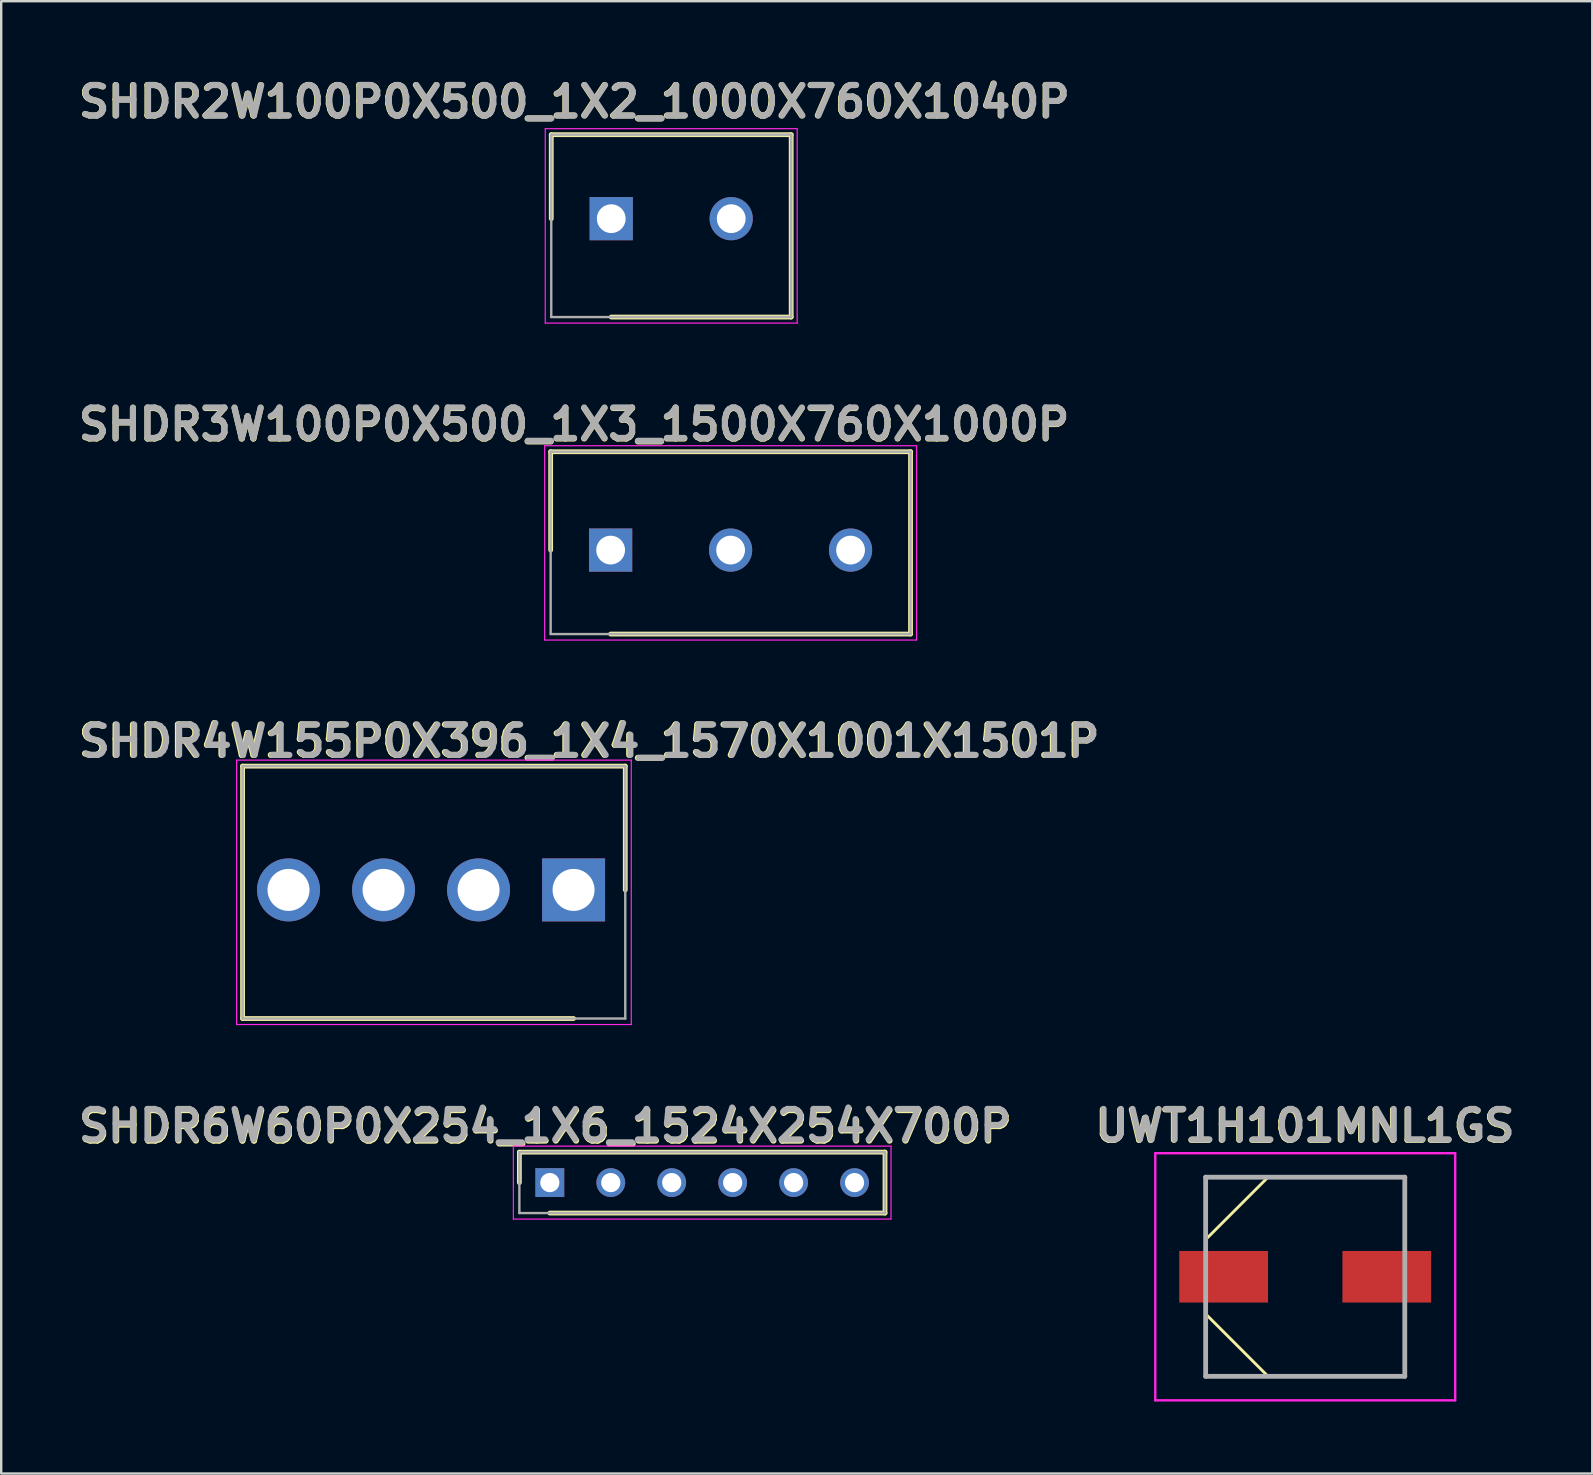
<source format=kicad_pcb>
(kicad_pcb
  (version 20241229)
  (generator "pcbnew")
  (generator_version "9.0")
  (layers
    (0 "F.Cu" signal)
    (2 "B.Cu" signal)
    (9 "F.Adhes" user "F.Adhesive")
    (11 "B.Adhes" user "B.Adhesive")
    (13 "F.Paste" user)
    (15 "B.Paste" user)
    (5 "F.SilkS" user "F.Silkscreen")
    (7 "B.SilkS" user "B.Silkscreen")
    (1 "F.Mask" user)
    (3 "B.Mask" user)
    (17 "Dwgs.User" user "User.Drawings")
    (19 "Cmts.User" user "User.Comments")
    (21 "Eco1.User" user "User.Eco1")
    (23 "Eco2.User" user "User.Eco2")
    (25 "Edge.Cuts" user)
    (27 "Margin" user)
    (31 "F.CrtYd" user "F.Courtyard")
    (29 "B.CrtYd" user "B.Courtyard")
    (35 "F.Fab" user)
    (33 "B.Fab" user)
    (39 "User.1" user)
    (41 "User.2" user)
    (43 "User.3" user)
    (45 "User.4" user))
  (footprint "UWT1H101MNL1GS"
    (layer "F.Cu")
    (at 51.351 50.165)
    (property "Reference" "UWT1H101MNL1GS" (at -0.03 -6.28 0) (layer "F.SilkS") (effects (font (size 1.27 1.27) (thickness 0.254))))
    (attr smd)
    (fp_line (start -4.15 -4.15) (end 4.15 -4.15) (stroke (width 0.1) (type solid)) (layer "F.SilkS"))
    (fp_line (start -4.15 -1.5) (end -4.15 -4.15) (stroke (width 0.1) (type solid)) (layer "F.SilkS"))
    (fp_line (start -4.15 1.5) (end -4.15 4.15) (stroke (width 0.1) (type solid)) (layer "F.SilkS"))
    (fp_line (start -4.15 4.15) (end 4.15 4.15) (stroke (width 0.1) (type solid)) (layer "F.SilkS"))
    (fp_line (start -4.1 -1.6) (end -1.6 -4.1) (stroke (width 0.12) (type solid)) (layer "F.SilkS"))
    (fp_line (start -4.1 1.6) (end -1.6 4.1) (stroke (width 0.12) (type solid)) (layer "F.SilkS"))
    (fp_line (start 4.15 -4.15) (end 4.15 -1.5) (stroke (width 0.1) (type solid)) (layer "F.SilkS"))
    (fp_line (start 4.15 4.15) (end 4.15 1.5) (stroke (width 0.1) (type solid)) (layer "F.SilkS"))
    (fp_line (start -6.25 -5.15) (end 6.25 -5.15) (stroke (width 0.1) (type solid)) (layer "F.CrtYd"))
    (fp_line (start -6.25 5.15) (end -6.25 -5.15) (stroke (width 0.1) (type solid)) (layer "F.CrtYd"))
    (fp_line (start 6.25 -5.15) (end 6.25 5.15) (stroke (width 0.1) (type solid)) (layer "F.CrtYd"))
    (fp_line (start 6.25 5.15) (end -6.25 5.15) (stroke (width 0.1) (type solid)) (layer "F.CrtYd"))
    (fp_line (start -4.15 -4.15) (end 4.15 -4.15) (stroke (width 0.2) (type solid)) (layer "F.Fab"))
    (fp_line (start -4.15 4.15) (end -4.15 -4.15) (stroke (width 0.2) (type solid)) (layer "F.Fab"))
    (fp_line (start 4.15 -4.15) (end 4.15 4.15) (stroke (width 0.2) (type solid)) (layer "F.Fab"))
    (fp_line (start 4.15 4.15) (end -4.15 4.15) (stroke (width 0.2) (type solid)) (layer "F.Fab"))
    (fp_text user "${REFERENCE}" (at 0 -6.3 0) (layer "F.Fab") (effects (font (size 1.27 1.27) (thickness 0.254))))
    (pad "1" smd rect (at -3.4 0 90) (size 2.15 3.7) (layers "F.Cu" "F.Mask" "F.Paste"))
    (pad "2" smd rect (at 3.4 0 90) (size 2.15 3.7) (layers "F.Cu" "F.Mask" "F.Paste")))
  (footprint "SHDR3W100P0X500_1X3_1500X760X1000P"
    (layer "F.Cu")
    (at 22.401 19.877)
    (property "Reference" "SHDR3W100P0X500_1X3_1500X760X1000P" (at -1.525 -5.225 0) (layer "F.SilkS") (effects (font (size 1.27 1.27) (thickness 0.254))))
    (attr through_hole)
    (fp_line (start -2.5 -4.1) (end -2.5 0) (stroke (width 0.2) (type solid)) (layer "F.SilkS"))
    (fp_line (start 0 3.5) (end 12.5 3.5) (stroke (width 0.2) (type solid)) (layer "F.SilkS"))
    (fp_line (start 12.5 -4.1) (end -2.5 -4.1) (stroke (width 0.2) (type solid)) (layer "F.SilkS"))
    (fp_line (start 12.5 3.5) (end 12.5 -4.1) (stroke (width 0.2) (type solid)) (layer "F.SilkS"))
    (fp_line (start -2.75 -4.35) (end 12.75 -4.35) (stroke (width 0.05) (type solid)) (layer "F.CrtYd"))
    (fp_line (start -2.75 3.75) (end -2.75 -4.35) (stroke (width 0.05) (type solid)) (layer "F.CrtYd"))
    (fp_line (start 12.75 -4.35) (end 12.75 3.75) (stroke (width 0.05) (type solid)) (layer "F.CrtYd"))
    (fp_line (start 12.75 3.75) (end -2.75 3.75) (stroke (width 0.05) (type solid)) (layer "F.CrtYd"))
    (fp_line (start -2.5 -4.1) (end 12.5 -4.1) (stroke (width 0.1) (type solid)) (layer "F.Fab"))
    (fp_line (start -2.5 3.5) (end -2.5 -4.1) (stroke (width 0.1) (type solid)) (layer "F.Fab"))
    (fp_line (start 12.5 -4.1) (end 12.5 3.5) (stroke (width 0.1) (type solid)) (layer "F.Fab"))
    (fp_line (start 12.5 3.5) (end -2.5 3.5) (stroke (width 0.1) (type solid)) (layer "F.Fab"))
    (fp_text user "${REFERENCE}" (at -1.525 -5.25 0) (layer "F.Fab") (effects (font (size 1.27 1.27) (thickness 0.254))))
    (pad "1" thru_hole rect (at 0 0) (size 1.8 1.8) (drill 1.2) (layers "*.Cu" "*.Mask"))
    (pad "2" thru_hole circle (at 5 0) (size 1.8 1.8) (drill 1.2) (layers "*.Cu" "*.Mask"))
    (pad "3" thru_hole circle (at 10 0) (size 1.8 1.8) (drill 1.2) (layers "*.Cu" "*.Mask")))
  (footprint "SHDR4W155P0X396_1X4_1570X1001X1501P"
    (layer "F.Cu")
    (at 20.856 34.041)
    (property "Reference" "SHDR4W155P0X396_1X4_1570X1001X1501P" (at 0.625 -6.2 0) (layer "F.SilkS") (effects (font (size 1.27 1.27) (thickness 0.254))))
    (attr through_hole)
    (fp_line (start -13.795 -5.16) (end 2.155 -5.16) (stroke (width 0.2) (type solid)) (layer "F.SilkS"))
    (fp_line (start -13.795 5.36) (end -13.795 -5.16) (stroke (width 0.2) (type solid)) (layer "F.SilkS"))
    (fp_line (start 0 5.36) (end -13.795 5.36) (stroke (width 0.2) (type solid)) (layer "F.SilkS"))
    (fp_line (start 2.155 -5.16) (end 2.155 0) (stroke (width 0.2) (type solid)) (layer "F.SilkS"))
    (fp_line (start -14.045 -5.41) (end 2.405 -5.41) (stroke (width 0.05) (type solid)) (layer "F.CrtYd"))
    (fp_line (start -14.045 5.61) (end -14.045 -5.41) (stroke (width 0.05) (type solid)) (layer "F.CrtYd"))
    (fp_line (start 2.405 -5.41) (end 2.405 5.61) (stroke (width 0.05) (type solid)) (layer "F.CrtYd"))
    (fp_line (start 2.405 5.61) (end -14.045 5.61) (stroke (width 0.05) (type solid)) (layer "F.CrtYd"))
    (fp_line (start -13.795 -5.16) (end 2.155 -5.16) (stroke (width 0.1) (type solid)) (layer "F.Fab"))
    (fp_line (start -13.795 5.36) (end -13.795 -5.16) (stroke (width 0.1) (type solid)) (layer "F.Fab"))
    (fp_line (start 2.155 -5.16) (end 2.155 5.36) (stroke (width 0.1) (type solid)) (layer "F.Fab"))
    (fp_line (start 2.155 5.36) (end -13.795 5.36) (stroke (width 0.1) (type solid)) (layer "F.Fab"))
    (fp_text user "${REFERENCE}" (at 0.675 -6.2 0) (layer "F.Fab") (effects (font (size 1.27 1.27) (thickness 0.254))))
    (pad "1" thru_hole rect (at 0 0) (size 2.625 2.625) (drill 1.75) (layers "*.Cu" "*.Mask"))
    (pad "2" thru_hole circle (at -3.96 0) (size 2.625 2.625) (drill 1.75) (layers "*.Cu" "*.Mask"))
    (pad "3" thru_hole circle (at -7.92 0) (size 2.625 2.625) (drill 1.75) (layers "*.Cu" "*.Mask"))
    (pad "4" thru_hole circle (at -11.88 0) (size 2.625 2.625) (drill 1.75) (layers "*.Cu" "*.Mask")))
  (footprint "SHDR6W60P0X254_1X6_1524X254X700P"
    (layer "F.Cu")
    (at 19.867 46.24)
    (property "Reference" "SHDR6W60P0X254_1X6_1524X254X700P" (at -0.175 -2.325 0) (layer "F.SilkS") (effects (font (size 1.27 1.27) (thickness 0.254))))
    (attr through_hole)
    (fp_line (start -1.27 -1.27) (end -1.27 0) (stroke (width 0.2) (type solid)) (layer "F.SilkS"))
    (fp_line (start 0 1.27) (end 13.97 1.27) (stroke (width 0.2) (type solid)) (layer "F.SilkS"))
    (fp_line (start 13.97 -1.27) (end -1.27 -1.27) (stroke (width 0.2) (type solid)) (layer "F.SilkS"))
    (fp_line (start 13.97 1.27) (end 13.97 -1.27) (stroke (width 0.2) (type solid)) (layer "F.SilkS"))
    (fp_line (start -1.52 -1.52) (end 14.22 -1.52) (stroke (width 0.05) (type solid)) (layer "F.CrtYd"))
    (fp_line (start -1.52 1.52) (end -1.52 -1.52) (stroke (width 0.05) (type solid)) (layer "F.CrtYd"))
    (fp_line (start 14.22 -1.52) (end 14.22 1.52) (stroke (width 0.05) (type solid)) (layer "F.CrtYd"))
    (fp_line (start 14.22 1.52) (end -1.52 1.52) (stroke (width 0.05) (type solid)) (layer "F.CrtYd"))
    (fp_line (start -1.27 -1.27) (end 13.97 -1.27) (stroke (width 0.1) (type solid)) (layer "F.Fab"))
    (fp_line (start -1.27 1.27) (end -1.27 -1.27) (stroke (width 0.1) (type solid)) (layer "F.Fab"))
    (fp_line (start 13.97 -1.27) (end 13.97 1.27) (stroke (width 0.1) (type solid)) (layer "F.Fab"))
    (fp_line (start 13.97 1.27) (end -1.27 1.27) (stroke (width 0.1) (type solid)) (layer "F.Fab"))
    (fp_text user "${REFERENCE}" (at -0.2 -2.375 0) (layer "F.Fab") (effects (font (size 1.27 1.27) (thickness 0.254))))
    (pad "1" thru_hole rect (at 0 0) (size 1.2 1.2) (drill 0.8) (layers "*.Cu" "*.Mask"))
    (pad "2" thru_hole circle (at 2.54 0) (size 1.2 1.2) (drill 0.8) (layers "*.Cu" "*.Mask"))
    (pad "3" thru_hole circle (at 5.08 0) (size 1.2 1.2) (drill 0.8) (layers "*.Cu" "*.Mask"))
    (pad "4" thru_hole circle (at 7.62 0) (size 1.2 1.2) (drill 0.8) (layers "*.Cu" "*.Mask"))
    (pad "5" thru_hole circle (at 10.16 0) (size 1.2 1.2) (drill 0.8) (layers "*.Cu" "*.Mask"))
    (pad "6" thru_hole circle (at 12.7 0) (size 1.2 1.2) (drill 0.8) (layers "*.Cu" "*.Mask")))
  (footprint "SHDR2W100P0X500_1X2_1000X760X1040P"
    (layer "F.Cu")
    (at 22.426 6.064)
    (property "Reference" "SHDR2W100P0X500_1X2_1000X760X1040P" (at -1.55 -4.875 0) (layer "F.SilkS") (effects (font (size 1.27 1.27) (thickness 0.254))))
    (attr through_hole)
    (fp_line (start -2.5 -3.5) (end -2.5 0) (stroke (width 0.2) (type solid)) (layer "F.SilkS"))
    (fp_line (start 0 4.1) (end 7.5 4.1) (stroke (width 0.2) (type solid)) (layer "F.SilkS"))
    (fp_line (start 7.5 -3.5) (end -2.5 -3.5) (stroke (width 0.2) (type solid)) (layer "F.SilkS"))
    (fp_line (start 7.5 4.1) (end 7.5 -3.5) (stroke (width 0.2) (type solid)) (layer "F.SilkS"))
    (fp_line (start -2.75 -3.75) (end 7.75 -3.75) (stroke (width 0.05) (type solid)) (layer "F.CrtYd"))
    (fp_line (start -2.75 4.35) (end -2.75 -3.75) (stroke (width 0.05) (type solid)) (layer "F.CrtYd"))
    (fp_line (start 7.75 -3.75) (end 7.75 4.35) (stroke (width 0.05) (type solid)) (layer "F.CrtYd"))
    (fp_line (start 7.75 4.35) (end -2.75 4.35) (stroke (width 0.05) (type solid)) (layer "F.CrtYd"))
    (fp_line (start -2.5 -3.5) (end 7.5 -3.5) (stroke (width 0.1) (type solid)) (layer "F.Fab"))
    (fp_line (start -2.5 4.1) (end -2.5 -3.5) (stroke (width 0.1) (type solid)) (layer "F.Fab"))
    (fp_line (start 7.5 -3.5) (end 7.5 4.1) (stroke (width 0.1) (type solid)) (layer "F.Fab"))
    (fp_line (start 7.5 4.1) (end -2.5 4.1) (stroke (width 0.1) (type solid)) (layer "F.Fab"))
    (fp_text user "${REFERENCE}" (at -1.525 -4.875 0) (layer "F.Fab") (effects (font (size 1.27 1.27) (thickness 0.254))))
    (pad "1" thru_hole rect (at 0 0) (size 1.8 1.8) (drill 1.2) (layers "*.Cu" "*.Mask"))
    (pad "2" thru_hole circle (at 5 0) (size 1.8 1.8) (drill 1.2) (layers "*.Cu" "*.Mask")))
  (gr_rect
    (start -3 -3)
    (end 63.314 58.365)
    (stroke (width 0.1) (type default))
    (fill no)
    (layer "Edge.Cuts")))
</source>
